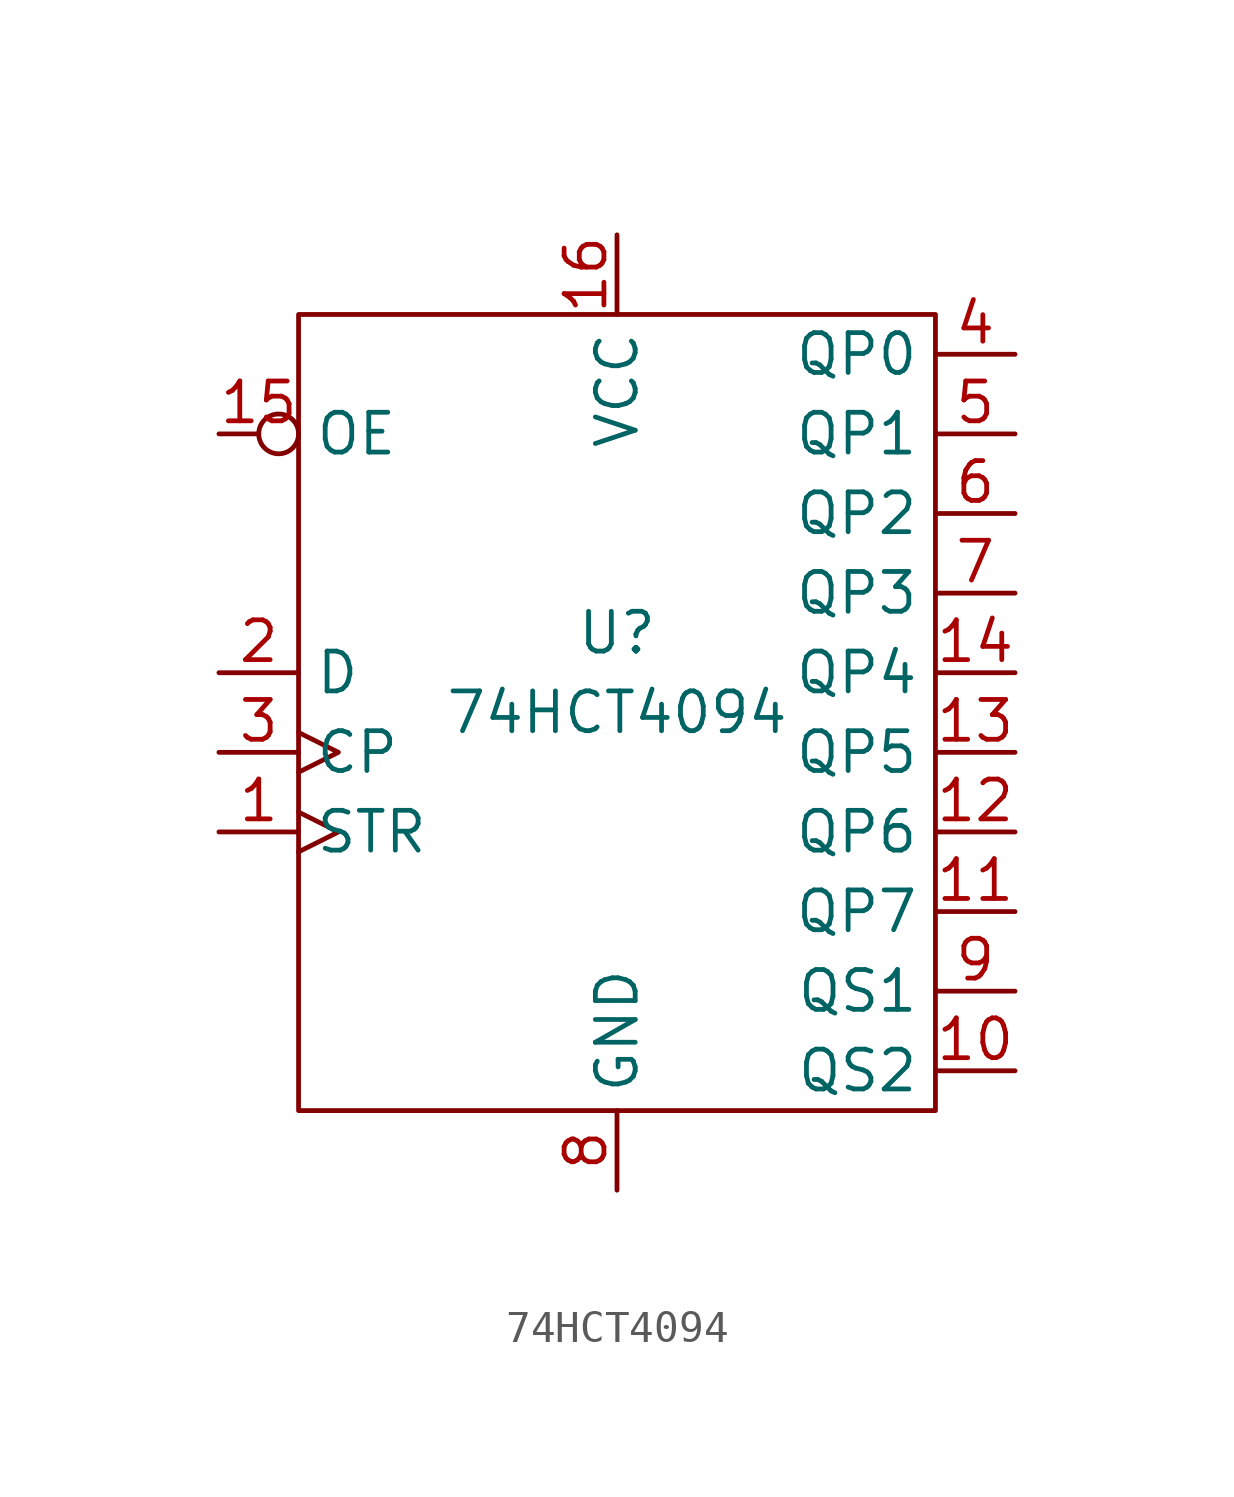
<source format=kicad_sym>
(kicad_symbol_lib
  (version 20211014)
  (generator kicad_symbol_editor)
  (symbol "74HCT4094"
    (property "Reference" "U"
      (at 0 0 0)
      (effects (font (size 1.27 1.27))))
    (property "Value" "74HCT4094"
      (at 0 -2.54 0)
      (effects (font (size 1.27 1.27))))
    (symbol "74HCT4094_0_1"
      (rectangle (start 10.16 10.16) (end -10.16 -15.24) (stroke (width 0.152) (type default) (color 0 0 0 0)) (fill (type none))))
    (symbol "74HCT4094_1_1"
      (pin input clock (at -12.7 -6.35 0) (length 2.54) (name "STR" (effects (font (size 1.27 1.27)))) (number "1" (effects (font (size 1.27 1.27)))))
      (pin output line (at 12.7 -13.97 180) (length 2.54) (name "QS2" (effects (font (size 1.27 1.27)))) (number "10" (effects (font (size 1.27 1.27)))))
      (pin output line (at 12.7 -8.89 180) (length 2.54) (name "QP7" (effects (font (size 1.27 1.27)))) (number "11" (effects (font (size 1.27 1.27)))))
      (pin output line (at 12.7 -6.35 180) (length 2.54) (name "QP6" (effects (font (size 1.27 1.27)))) (number "12" (effects (font (size 1.27 1.27)))))
      (pin output line (at 12.7 -3.81 180) (length 2.54) (name "QP5" (effects (font (size 1.27 1.27)))) (number "13" (effects (font (size 1.27 1.27)))))
      (pin output line (at 12.7 -1.27 180) (length 2.54) (name "QP4" (effects (font (size 1.27 1.27)))) (number "14" (effects (font (size 1.27 1.27)))))
      (pin input inverted (at -12.7 6.35 0) (length 2.54) (name "OE" (effects (font (size 1.27 1.27)))) (number "15" (effects (font (size 1.27 1.27)))))
      (pin power_in line (at 0 12.7 270) (length 2.54) (name "VCC" (effects (font (size 1.27 1.27)))) (number "16" (effects (font (size 1.27 1.27)))))
      (pin input line (at -12.7 -1.27 0) (length 2.54) (name "D" (effects (font (size 1.27 1.27)))) (number "2" (effects (font (size 1.27 1.27)))))
      (pin input clock (at -12.7 -3.81 0) (length 2.54) (name "CP" (effects (font (size 1.27 1.27)))) (number "3" (effects (font (size 1.27 1.27)))))
      (pin output line (at 12.7 8.89 180) (length 2.54) (name "QP0" (effects (font (size 1.27 1.27)))) (number "4" (effects (font (size 1.27 1.27)))))
      (pin output line (at 12.7 6.35 180) (length 2.54) (name "QP1" (effects (font (size 1.27 1.27)))) (number "5" (effects (font (size 1.27 1.27)))))
      (pin output line (at 12.7 3.81 180) (length 2.54) (name "QP2" (effects (font (size 1.27 1.27)))) (number "6" (effects (font (size 1.27 1.27)))))
      (pin output line (at 12.7 1.27 180) (length 2.54) (name "QP3" (effects (font (size 1.27 1.27)))) (number "7" (effects (font (size 1.27 1.27)))))
      (pin power_in line (at 0 -17.78 90) (length 2.54) (name "GND" (effects (font (size 1.27 1.27)))) (number "8" (effects (font (size 1.27 1.27)))))
      (pin output line (at 12.7 -11.43 180) (length 2.54) (name "QS1" (effects (font (size 1.27 1.27)))) (number "9" (effects (font (size 1.27 1.27))))))))
</source>
